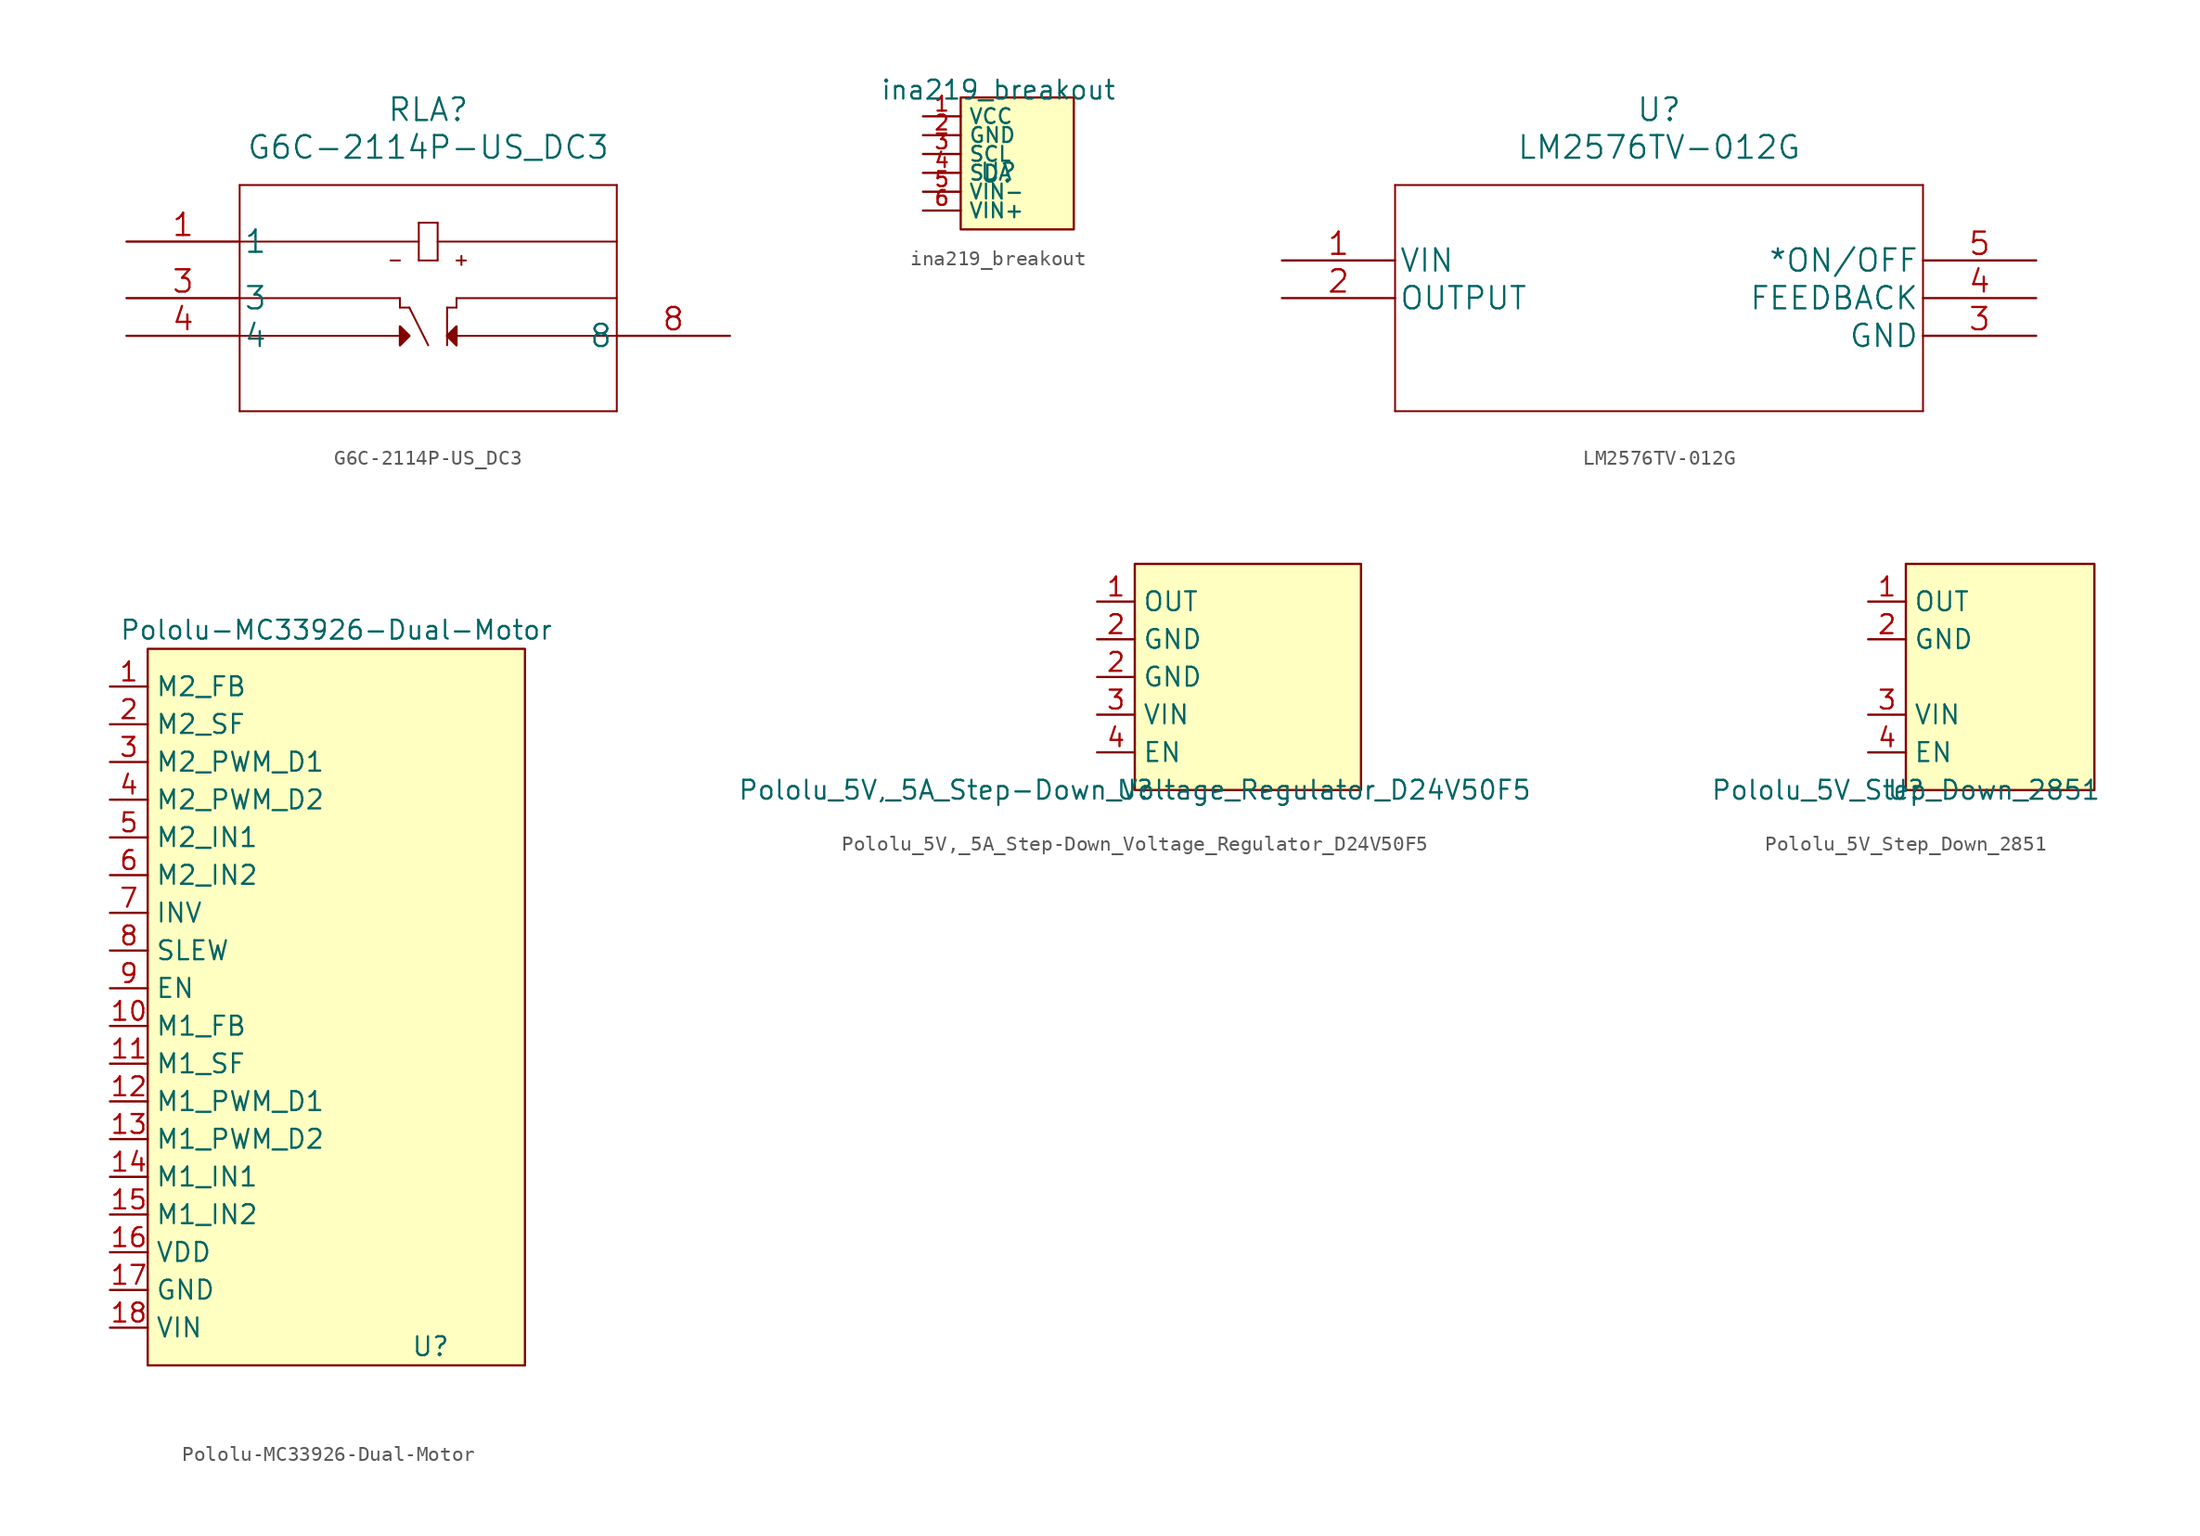
<source format=kicad_sym>
(kicad_symbol_lib
  (version 20211014)
  (generator kicad_symbol_editor)
  (symbol "G6C-2114P-US_DC3"
    (pin_names
      (offset 0.254))
    (property "Reference" "RLA"
      (at 20.32 8.89 0)
      (effects (font (size 1.524 1.524))))
    (property "Value" "G6C-2114P-US_DC3"
      (at 20.32 6.35 0)
      (effects (font (size 1.524 1.524))))
    (property "Datasheet" ""
      (at 0 0 0)
      (effects (font (size 1.524 1.524))))
    (property "ki_locked" ""
      (at 0 0 0)
      (effects (font (size 1.27 1.27))))
    (symbol "G6C-2114P-US_DC3_1_1"
      (polyline (pts (xy 7.62 -11.43) (xy 33.02 -11.43)) (stroke (width 0.127) (type default) (color 0 0 0 0)) (fill (type none)))
      (polyline (pts (xy 7.62 -6.35) (xy 18.415 -6.35)) (stroke (width 0.127) (type default) (color 0 0 0 0)) (fill (type none)))
      (polyline (pts (xy 7.62 0) (xy 19.685 0)) (stroke (width 0.127) (type default) (color 0 0 0 0)) (fill (type none)))
      (polyline (pts (xy 7.62 3.81) (xy 7.62 -11.43)) (stroke (width 0.127) (type default) (color 0 0 0 0)) (fill (type none)))
      (polyline (pts (xy 17.78 -1.27) (xy 18.415 -1.27)) (stroke (width 0.127) (type default) (color 0 0 0 0)) (fill (type none)))
      (polyline (pts (xy 18.415 -6.985) (xy 19.05 -6.35)) (stroke (width 0.127) (type default) (color 0 0 0 0)) (fill (type none)))
      (polyline (pts (xy 18.415 -5.715) (xy 18.415 -6.985)) (stroke (width 0.127) (type default) (color 0 0 0 0)) (fill (type none)))
      (polyline (pts (xy 18.415 -4.445) (xy 18.415 -3.81)) (stroke (width 0.127) (type default) (color 0 0 0 0)) (fill (type none)))
      (polyline (pts (xy 18.415 -4.445) (xy 19.05 -4.445)) (stroke (width 0.127) (type default) (color 0 0 0 0)) (fill (type none)))
      (polyline (pts (xy 18.415 -3.81) (xy 7.62 -3.81)) (stroke (width 0.127) (type default) (color 0 0 0 0)) (fill (type none)))
      (polyline (pts (xy 19.05 -6.35) (xy 18.415 -5.715)) (stroke (width 0.127) (type default) (color 0 0 0 0)) (fill (type none)))
      (polyline (pts (xy 19.685 -1.27) (xy 20.955 -1.27)) (stroke (width 0.127) (type default) (color 0 0 0 0)) (fill (type none)))
      (polyline (pts (xy 19.685 1.27) (xy 19.685 -1.27)) (stroke (width 0.127) (type default) (color 0 0 0 0)) (fill (type none)))
      (polyline (pts (xy 19.685 1.27) (xy 20.955 1.27)) (stroke (width 0.127) (type default) (color 0 0 0 0)) (fill (type none)))
      (polyline (pts (xy 20.32 -6.985) (xy 19.05 -4.445)) (stroke (width 0.127) (type default) (color 0 0 0 0)) (fill (type none)))
      (polyline (pts (xy 20.955 0) (xy 33.02 0)) (stroke (width 0.127) (type default) (color 0 0 0 0)) (fill (type none)))
      (polyline (pts (xy 20.955 1.27) (xy 20.955 -1.27)) (stroke (width 0.127) (type default) (color 0 0 0 0)) (fill (type none)))
      (polyline (pts (xy 21.59 -6.35) (xy 22.225 -6.985)) (stroke (width 0.127) (type default) (color 0 0 0 0)) (fill (type none)))
      (polyline (pts (xy 21.59 -6.35) (xy 22.225 -5.715)) (stroke (width 0.127) (type default) (color 0 0 0 0)) (fill (type none)))
      (polyline (pts (xy 21.59 -4.445) (xy 21.59 -6.985)) (stroke (width 0.127) (type default) (color 0 0 0 0)) (fill (type none)))
      (polyline (pts (xy 21.59 -4.445) (xy 22.225 -4.445)) (stroke (width 0.127) (type default) (color 0 0 0 0)) (fill (type none)))
      (polyline (pts (xy 22.225 -6.35) (xy 33.02 -6.35)) (stroke (width 0.127) (type default) (color 0 0 0 0)) (fill (type none)))
      (polyline (pts (xy 22.225 -5.715) (xy 22.225 -6.985)) (stroke (width 0.127) (type default) (color 0 0 0 0)) (fill (type none)))
      (polyline (pts (xy 22.225 -4.445) (xy 22.225 -3.81)) (stroke (width 0.127) (type default) (color 0 0 0 0)) (fill (type none)))
      (polyline (pts (xy 22.225 -3.81) (xy 33.02 -3.81)) (stroke (width 0.127) (type default) (color 0 0 0 0)) (fill (type none)))
      (polyline (pts (xy 22.225 -1.27) (xy 22.86 -1.27)) (stroke (width 0.127) (type default) (color 0 0 0 0)) (fill (type none)))
      (polyline (pts (xy 22.555 -1.575) (xy 22.555 -0.965)) (stroke (width 0.127) (type default) (color 0 0 0 0)) (fill (type none)))
      (polyline (pts (xy 33.02 -11.43) (xy 33.02 3.81)) (stroke (width 0.127) (type default) (color 0 0 0 0)) (fill (type none)))
      (polyline (pts (xy 33.02 3.81) (xy 7.62 3.81)) (stroke (width 0.127) (type default) (color 0 0 0 0)) (fill (type none)))
      (polyline (pts (xy 18.415 -5.715) (xy 19.05 -6.35) (xy 18.415 -6.985) (xy 18.415 -5.715)) (stroke (width 0) (type default) (color 0 0 0 0)) (fill (type outline)))
      (polyline (pts (xy 21.59 -6.35) (xy 22.225 -5.715) (xy 22.225 -6.985) (xy 21.59 -6.35)) (stroke (width 0) (type default) (color 0 0 0 0)) (fill (type outline)))
      (pin unspecified line (at 0 0 0) (length 7.62) (name "1" (effects (font (size 1.499 1.499)))) (number "1" (effects (font (size 1.499 1.499)))))
      (pin unspecified line (at 0 -3.81 0) (length 7.62) (name "3" (effects (font (size 1.499 1.499)))) (number "3" (effects (font (size 1.499 1.499)))))
      (pin unspecified line (at 0 -6.35 0) (length 7.62) (name "4" (effects (font (size 1.499 1.499)))) (number "4" (effects (font (size 1.499 1.499)))))
      (pin unspecified line (at 40.64 -6.35 180) (length 7.62) (name "8" (effects (font (size 1.499 1.499)))) (number "8" (effects (font (size 1.499 1.499)))))))
  (symbol "ina219_breakout"
    (property "Reference" "U"
      (at 0 0 0)
      (effects (font (size 1.27 1.27))))
    (property "Value" "ina219_breakout"
      (at 0 5.588 0)
      (effects (font (size 1.27 1.27))))
    (symbol "ina219_breakout_0_1"
      (rectangle (start -2.54 5.08) (end 5.08 -3.81) (stroke (width 0) (type default) (color 0 0 0 0)) (fill (type background))))
    (symbol "ina219_breakout_1_1"
      (pin bidirectional line (at -5.08 3.81 0) (length 2.54) (name "VCC" (effects (font (size 1 1)))) (number "1" (effects (font (size 1 1)))))
      (pin bidirectional line (at -5.08 2.54 0) (length 2.54) (name "GND" (effects (font (size 1 1)))) (number "2" (effects (font (size 1 1)))))
      (pin bidirectional line (at -5.08 1.27 0) (length 2.54) (name "SCL" (effects (font (size 1 1)))) (number "3" (effects (font (size 1 1)))))
      (pin bidirectional line (at -5.08 0 0) (length 2.54) (name "SDA" (effects (font (size 1 1)))) (number "4" (effects (font (size 1 1)))))
      (pin bidirectional line (at -5.08 -1.27 0) (length 2.54) (name "VIN-" (effects (font (size 1 1)))) (number "5" (effects (font (size 1 1)))))
      (pin bidirectional line (at -5.08 -2.54 0) (length 2.54) (name "VIN+" (effects (font (size 1 1)))) (number "6" (effects (font (size 1 1)))))))
  (symbol "LM2576TV-012G"
    (pin_names
      (offset 0.254))
    (property "Reference" "U"
      (at 25.4 10.16 0)
      (effects (font (size 1.524 1.524))))
    (property "Value" "LM2576TV-012G"
      (at 25.4 7.62 0)
      (effects (font (size 1.524 1.524))))
    (property "Datasheet" ""
      (at 0 0 0)
      (effects (font (size 1.524 1.524))))
    (property "ki_locked" ""
      (at 0 0 0)
      (effects (font (size 1.27 1.27))))
    (symbol "LM2576TV-012G_1_1"
      (polyline (pts (xy 7.62 -10.16) (xy 43.18 -10.16)) (stroke (width 0.127) (type default) (color 0 0 0 0)) (fill (type none)))
      (polyline (pts (xy 7.62 5.08) (xy 7.62 -10.16)) (stroke (width 0.127) (type default) (color 0 0 0 0)) (fill (type none)))
      (polyline (pts (xy 43.18 -10.16) (xy 43.18 5.08)) (stroke (width 0.127) (type default) (color 0 0 0 0)) (fill (type none)))
      (polyline (pts (xy 43.18 5.08) (xy 7.62 5.08)) (stroke (width 0.127) (type default) (color 0 0 0 0)) (fill (type none)))
      (pin input line (at 0 0 0) (length 7.62) (name "VIN" (effects (font (size 1.499 1.499)))) (number "1" (effects (font (size 1.499 1.499)))))
      (pin output line (at 0 -2.54 0) (length 7.62) (name "OUTPUT" (effects (font (size 1.499 1.499)))) (number "2" (effects (font (size 1.499 1.499)))))
      (pin power_in line (at 50.8 -5.08 180) (length 7.62) (name "GND" (effects (font (size 1.499 1.499)))) (number "3" (effects (font (size 1.499 1.499)))))
      (pin output line (at 50.8 -2.54 180) (length 7.62) (name "FEEDBACK" (effects (font (size 1.499 1.499)))) (number "4" (effects (font (size 1.499 1.499)))))
      (pin input line (at 50.8 0 180) (length 7.62) (name "*ON/OFF" (effects (font (size 1.499 1.499)))) (number "5" (effects (font (size 1.499 1.499)))))))
  (symbol "Pololu-MC33926-Dual-Motor"
    (property "Reference" "U"
      (at 19.05 1.27 0)
      (effects (font (size 1.27 1.27))))
    (property "Value" "Pololu-MC33926-Dual-Motor"
      (at 12.7 49.53 0)
      (effects (font (size 1.27 1.27))))
    (symbol "Pololu-MC33926-Dual-Motor_0_1"
      (rectangle (start 0 48.26) (end 25.4 0) (stroke (width 0) (type default) (color 0 0 0 0)) (fill (type background))))
    (symbol "Pololu-MC33926-Dual-Motor_1_1"
      (pin bidirectional line (at -2.54 45.72 0) (length 2.54) (name "M2_FB" (effects (font (size 1.27 1.27)))) (number "1" (effects (font (size 1.27 1.27)))))
      (pin bidirectional line (at -2.54 22.86 0) (length 2.54) (name "M1_FB" (effects (font (size 1.27 1.27)))) (number "10" (effects (font (size 1.27 1.27)))))
      (pin bidirectional line (at -2.54 20.32 0) (length 2.54) (name "M1_SF" (effects (font (size 1.27 1.27)))) (number "11" (effects (font (size 1.27 1.27)))))
      (pin bidirectional line (at -2.54 17.78 0) (length 2.54) (name "M1_PWM_D1" (effects (font (size 1.27 1.27)))) (number "12" (effects (font (size 1.27 1.27)))))
      (pin bidirectional line (at -2.54 15.24 0) (length 2.54) (name "M1_PWM_D2" (effects (font (size 1.27 1.27)))) (number "13" (effects (font (size 1.27 1.27)))))
      (pin bidirectional line (at -2.54 12.7 0) (length 2.54) (name "M1_IN1" (effects (font (size 1.27 1.27)))) (number "14" (effects (font (size 1.27 1.27)))))
      (pin bidirectional line (at -2.54 10.16 0) (length 2.54) (name "M1_IN2" (effects (font (size 1.27 1.27)))) (number "15" (effects (font (size 1.27 1.27)))))
      (pin bidirectional line (at -2.54 7.62 0) (length 2.54) (name "VDD" (effects (font (size 1.27 1.27)))) (number "16" (effects (font (size 1.27 1.27)))))
      (pin bidirectional line (at -2.54 5.08 0) (length 2.54) (name "GND" (effects (font (size 1.27 1.27)))) (number "17" (effects (font (size 1.27 1.27)))))
      (pin bidirectional line (at -2.54 2.54 0) (length 2.54) (name "VIN" (effects (font (size 1.27 1.27)))) (number "18" (effects (font (size 1.27 1.27)))))
      (pin bidirectional line (at -2.54 43.18 0) (length 2.54) (name "M2_SF" (effects (font (size 1.27 1.27)))) (number "2" (effects (font (size 1.27 1.27)))))
      (pin bidirectional line (at -2.54 40.64 0) (length 2.54) (name "M2_PWM_D1" (effects (font (size 1.27 1.27)))) (number "3" (effects (font (size 1.27 1.27)))))
      (pin bidirectional line (at -2.54 38.1 0) (length 2.54) (name "M2_PWM_D2" (effects (font (size 1.27 1.27)))) (number "4" (effects (font (size 1.27 1.27)))))
      (pin bidirectional line (at -2.54 35.56 0) (length 2.54) (name "M2_IN1" (effects (font (size 1.27 1.27)))) (number "5" (effects (font (size 1.27 1.27)))))
      (pin bidirectional line (at -2.54 33.02 0) (length 2.54) (name "M2_IN2" (effects (font (size 1.27 1.27)))) (number "6" (effects (font (size 1.27 1.27)))))
      (pin bidirectional line (at -2.54 30.48 0) (length 2.54) (name "INV" (effects (font (size 1.27 1.27)))) (number "7" (effects (font (size 1.27 1.27)))))
      (pin bidirectional line (at -2.54 27.94 0) (length 2.54) (name "SLEW" (effects (font (size 1.27 1.27)))) (number "8" (effects (font (size 1.27 1.27)))))
      (pin bidirectional line (at -2.54 25.4 0) (length 2.54) (name "EN" (effects (font (size 1.27 1.27)))) (number "9" (effects (font (size 1.27 1.27)))))))
  (symbol "Pololu_5V,_5A_Step-Down_Voltage_Regulator_D24V50F5"
    (property "Reference" "U"
      (at 0 0 0)
      (effects (font (size 1.27 1.27))))
    (property "Value" "Pololu_5V,_5A_Step-Down_Voltage_Regulator_D24V50F5"
      (at 0 0 0)
      (effects (font (size 1.27 1.27))))
    (symbol "Pololu_5V,_5A_Step-Down_Voltage_Regulator_D24V50F5_0_1"
      (rectangle (start 0 15.24) (end 15.24 0) (stroke (width 0) (type default) (color 0 0 0 0)) (fill (type background))))
    (symbol "Pololu_5V,_5A_Step-Down_Voltage_Regulator_D24V50F5_1_1"
      (pin bidirectional line (at -2.54 12.7 0) (length 2.54) (name "OUT" (effects (font (size 1.27 1.27)))) (number "1" (effects (font (size 1.27 1.27)))))
      (pin bidirectional line (at -2.54 7.62 0) (length 2.54) (name "GND" (effects (font (size 1.27 1.27)))) (number "2" (effects (font (size 1.27 1.27)))))
      (pin bidirectional line (at -2.54 10.16 0) (length 2.54) (name "GND" (effects (font (size 1.27 1.27)))) (number "2" (effects (font (size 1.27 1.27)))))
      (pin bidirectional line (at -2.54 5.08 0) (length 2.54) (name "VIN" (effects (font (size 1.27 1.27)))) (number "3" (effects (font (size 1.27 1.27)))))
      (pin bidirectional line (at -2.54 2.54 0) (length 2.54) (name "EN" (effects (font (size 1.27 1.27)))) (number "4" (effects (font (size 1.27 1.27)))))))
  (symbol "Pololu_5V_Step_Down_2851"
    (property "Reference" "U"
      (at 0 0 0)
      (effects (font (size 1.27 1.27))))
    (property "Value" "Pololu_5V_Step_Down_2851"
      (at 0 0 0)
      (effects (font (size 1.27 1.27))))
    (symbol "Pololu_5V_Step_Down_2851_0_1"
      (rectangle (start 0 15.24) (end 12.7 0) (stroke (width 0) (type default) (color 0 0 0 0)) (fill (type background))))
    (symbol "Pololu_5V_Step_Down_2851_1_1"
      (pin bidirectional line (at -2.54 12.7 0) (length 2.54) (name "OUT" (effects (font (size 1.27 1.27)))) (number "1" (effects (font (size 1.27 1.27)))))
      (pin bidirectional line (at -2.54 10.16 0) (length 2.54) (name "GND" (effects (font (size 1.27 1.27)))) (number "2" (effects (font (size 1.27 1.27)))))
      (pin bidirectional line (at -2.54 5.08 0) (length 2.54) (name "VIN" (effects (font (size 1.27 1.27)))) (number "3" (effects (font (size 1.27 1.27)))))
      (pin bidirectional line (at -2.54 2.54 0) (length 2.54) (name "EN" (effects (font (size 1.27 1.27)))) (number "4" (effects (font (size 1.27 1.27))))))))
</source>
